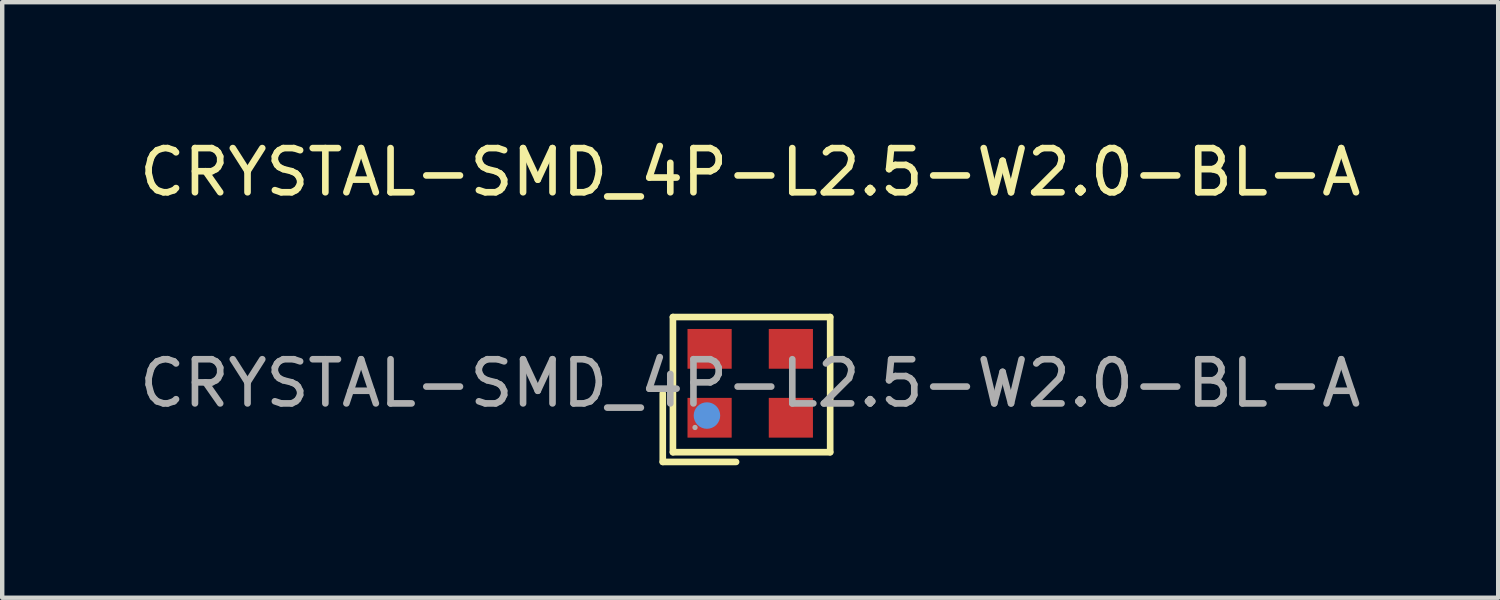
<source format=kicad_pcb>
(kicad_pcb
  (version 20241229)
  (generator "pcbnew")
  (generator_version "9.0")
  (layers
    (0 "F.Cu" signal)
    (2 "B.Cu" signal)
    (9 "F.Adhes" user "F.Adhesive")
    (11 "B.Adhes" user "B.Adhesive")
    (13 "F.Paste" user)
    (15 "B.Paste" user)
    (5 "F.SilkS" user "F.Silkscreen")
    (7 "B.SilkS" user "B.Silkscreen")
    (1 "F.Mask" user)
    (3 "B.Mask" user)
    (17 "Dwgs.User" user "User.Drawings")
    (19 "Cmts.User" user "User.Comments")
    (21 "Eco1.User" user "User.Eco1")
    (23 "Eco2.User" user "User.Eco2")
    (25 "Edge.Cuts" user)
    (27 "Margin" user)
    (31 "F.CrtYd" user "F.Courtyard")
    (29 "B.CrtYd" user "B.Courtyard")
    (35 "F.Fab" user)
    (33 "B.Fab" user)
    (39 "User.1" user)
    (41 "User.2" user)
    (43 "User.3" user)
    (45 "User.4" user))
  (footprint "CRYSTAL-SMD_4P-L2.5-W2.0-BL-A"
    (layer "F.Cu")
    (at 13.935 5.628)
    (property "Reference" "CRYSTAL-SMD_4P-L2.5-W2.0-BL-A" (at 0 -4.78 0) (layer "F.SilkS") (effects (font (size 1 1) (thickness 0.15))))
    (attr through_hole)
    (fp_line (start -1.98 0.23) (end -1.98 1.78) (stroke (width 0.15) (type solid)) (layer "F.SilkS"))
    (fp_line (start -1.98 1.78) (end -0.32 1.78) (stroke (width 0.15) (type solid)) (layer "F.SilkS"))
    (fp_line (start -1.75 -1.5) (end 1.81 -1.5) (stroke (width 0.15) (type solid)) (layer "F.SilkS"))
    (fp_line (start -1.75 1.56) (end -1.75 -1.5) (stroke (width 0.15) (type solid)) (layer "F.SilkS"))
    (fp_line (start 1.81 -1.5) (end 1.81 1.56) (stroke (width 0.15) (type solid)) (layer "F.SilkS"))
    (fp_line (start 1.81 1.56) (end -1.75 1.56) (stroke (width 0.15) (type solid)) (layer "F.SilkS"))
    (fp_circle (center -0.98 0.73) (end -0.83 0.73) (stroke (width 0.3) (type solid)) (fill no) (layer "Cmts.User"))
    (fp_circle (center -1.25 1) (end -1.22 1) (stroke (width 0.06) (type solid)) (fill no) (layer "F.Fab"))
    (fp_text user "${REFERENCE}" (at 0 0 0) (layer "F.Fab") (effects (font (size 1 1) (thickness 0.15))))
    (pad "1" smd rect (at -0.92 0.78) (size 1 0.9) (layers "F.Cu" "F.Mask" "F.Paste"))
    (pad "2" smd rect (at 0.92 0.78) (size 1 0.9) (layers "F.Cu" "F.Mask" "F.Paste"))
    (pad "3" smd rect (at 0.92 -0.78) (size 1 0.9) (layers "F.Cu" "F.Mask" "F.Paste"))
    (pad "4" smd rect (at -0.92 -0.78) (size 1 0.9) (layers "F.Cu" "F.Mask" "F.Paste")))
  (gr_rect
    (start -3 -3)
    (end 30.869 10.483)
    (stroke (width 0.1) (type default))
    (fill no)
    (layer "Edge.Cuts")))
</source>
